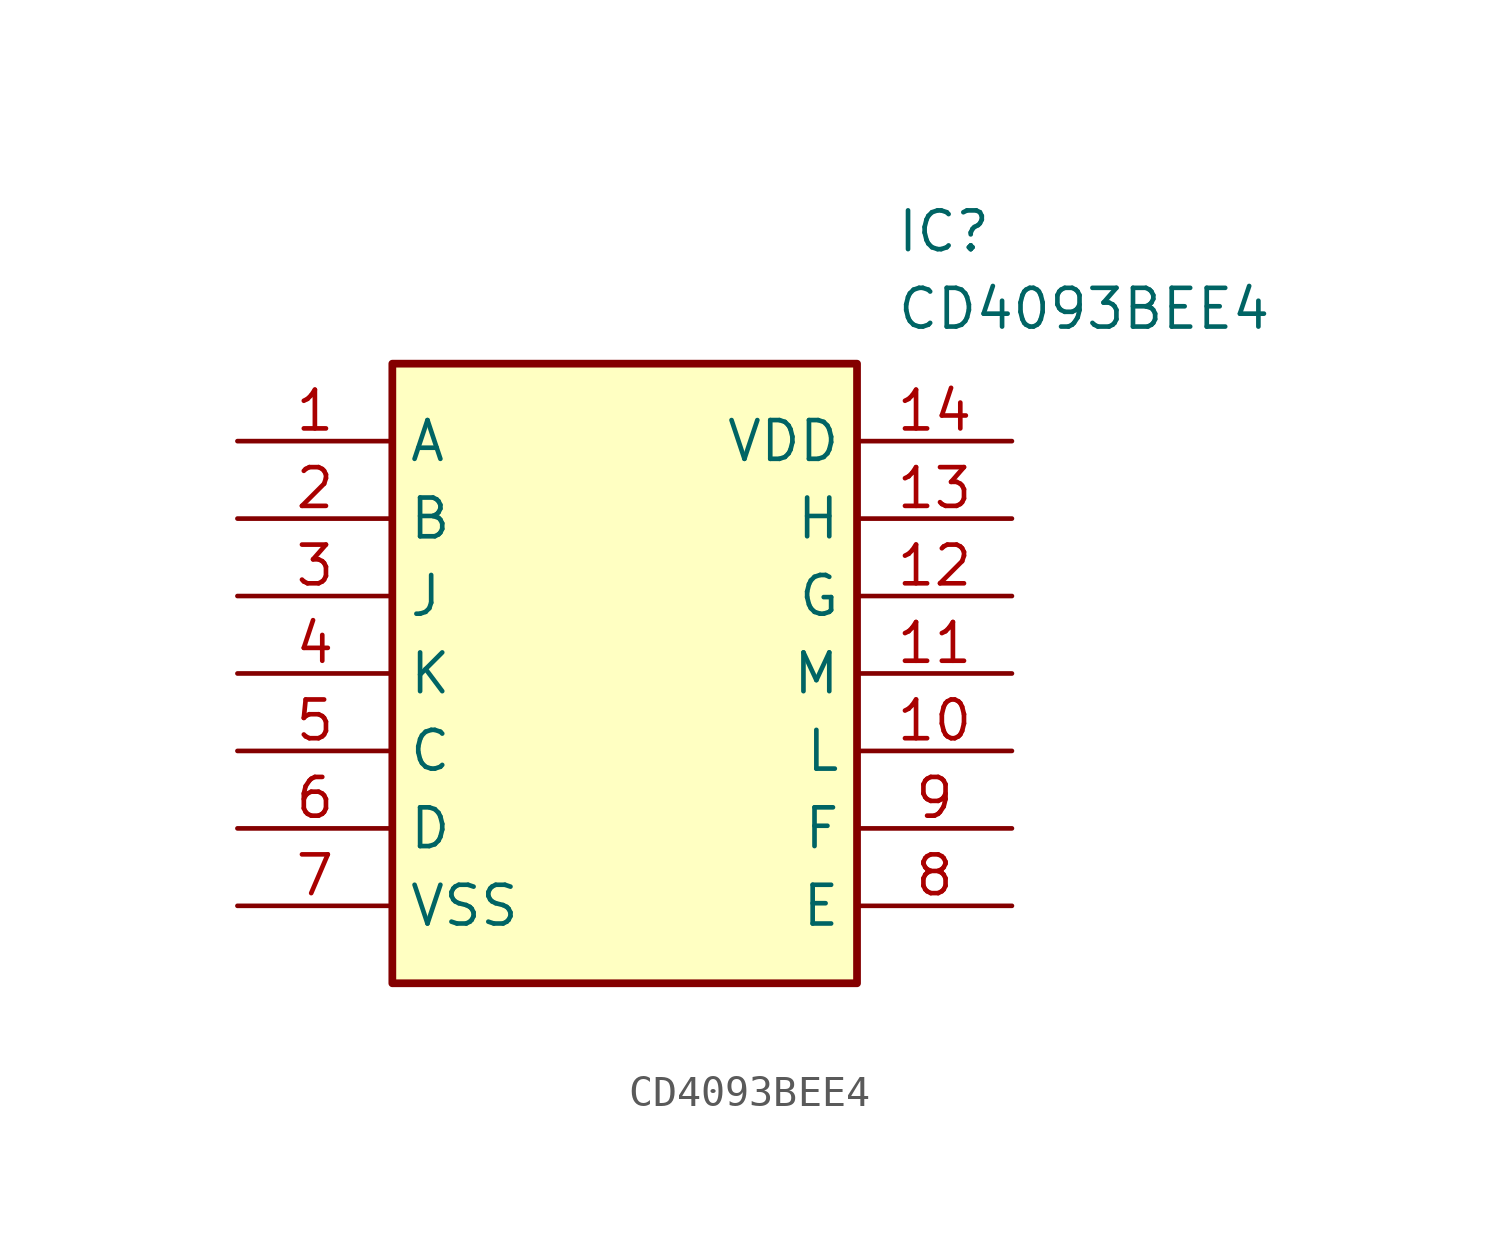
<source format=kicad_sym>
(kicad_symbol_lib
  (version 20211014)
  (generator SamacSys_ECAD_Model)
  (symbol "CD4093BEE4"
    (property "Reference" "IC"
      (at 21.59 7.62 0)
      (effects (font (size 1.27 1.27)) (justify left top)))
    (property "Value" "CD4093BEE4"
      (at 21.59 5.08 0)
      (effects (font (size 1.27 1.27)) (justify left top)))
    (rectangle
      (start 5.08 2.54)
      (end 20.32 -17.78)
      (stroke (width 0.254) (type default))
      (fill (type background)))
    (pin passive line
      (at 0 0 0)
      (length 5.08)
      (name "A" (effects (font (size 1.27 1.27))))
      (number "1" (effects (font (size 1.27 1.27)))))
    (pin passive line
      (at 0 -2.54 0)
      (length 5.08)
      (name "B" (effects (font (size 1.27 1.27))))
      (number "2" (effects (font (size 1.27 1.27)))))
    (pin passive line
      (at 0 -5.08 0)
      (length 5.08)
      (name "J" (effects (font (size 1.27 1.27))))
      (number "3" (effects (font (size 1.27 1.27)))))
    (pin passive line
      (at 0 -7.62 0)
      (length 5.08)
      (name "K" (effects (font (size 1.27 1.27))))
      (number "4" (effects (font (size 1.27 1.27)))))
    (pin passive line
      (at 0 -10.16 0)
      (length 5.08)
      (name "C" (effects (font (size 1.27 1.27))))
      (number "5" (effects (font (size 1.27 1.27)))))
    (pin passive line
      (at 0 -12.7 0)
      (length 5.08)
      (name "D" (effects (font (size 1.27 1.27))))
      (number "6" (effects (font (size 1.27 1.27)))))
    (pin passive line
      (at 0 -15.24 0)
      (length 5.08)
      (name "VSS" (effects (font (size 1.27 1.27))))
      (number "7" (effects (font (size 1.27 1.27)))))
    (pin passive line
      (at 25.4 0 180)
      (length 5.08)
      (name "VDD" (effects (font (size 1.27 1.27))))
      (number "14" (effects (font (size 1.27 1.27)))))
    (pin passive line
      (at 25.4 -2.54 180)
      (length 5.08)
      (name "H" (effects (font (size 1.27 1.27))))
      (number "13" (effects (font (size 1.27 1.27)))))
    (pin passive line
      (at 25.4 -5.08 180)
      (length 5.08)
      (name "G" (effects (font (size 1.27 1.27))))
      (number "12" (effects (font (size 1.27 1.27)))))
    (pin passive line
      (at 25.4 -7.62 180)
      (length 5.08)
      (name "M" (effects (font (size 1.27 1.27))))
      (number "11" (effects (font (size 1.27 1.27)))))
    (pin passive line
      (at 25.4 -10.16 180)
      (length 5.08)
      (name "L" (effects (font (size 1.27 1.27))))
      (number "10" (effects (font (size 1.27 1.27)))))
    (pin passive line
      (at 25.4 -12.7 180)
      (length 5.08)
      (name "F" (effects (font (size 1.27 1.27))))
      (number "9" (effects (font (size 1.27 1.27)))))
    (pin passive line
      (at 25.4 -15.24 180)
      (length 5.08)
      (name "E" (effects (font (size 1.27 1.27))))
      (number "8" (effects (font (size 1.27 1.27)))))))
</source>
